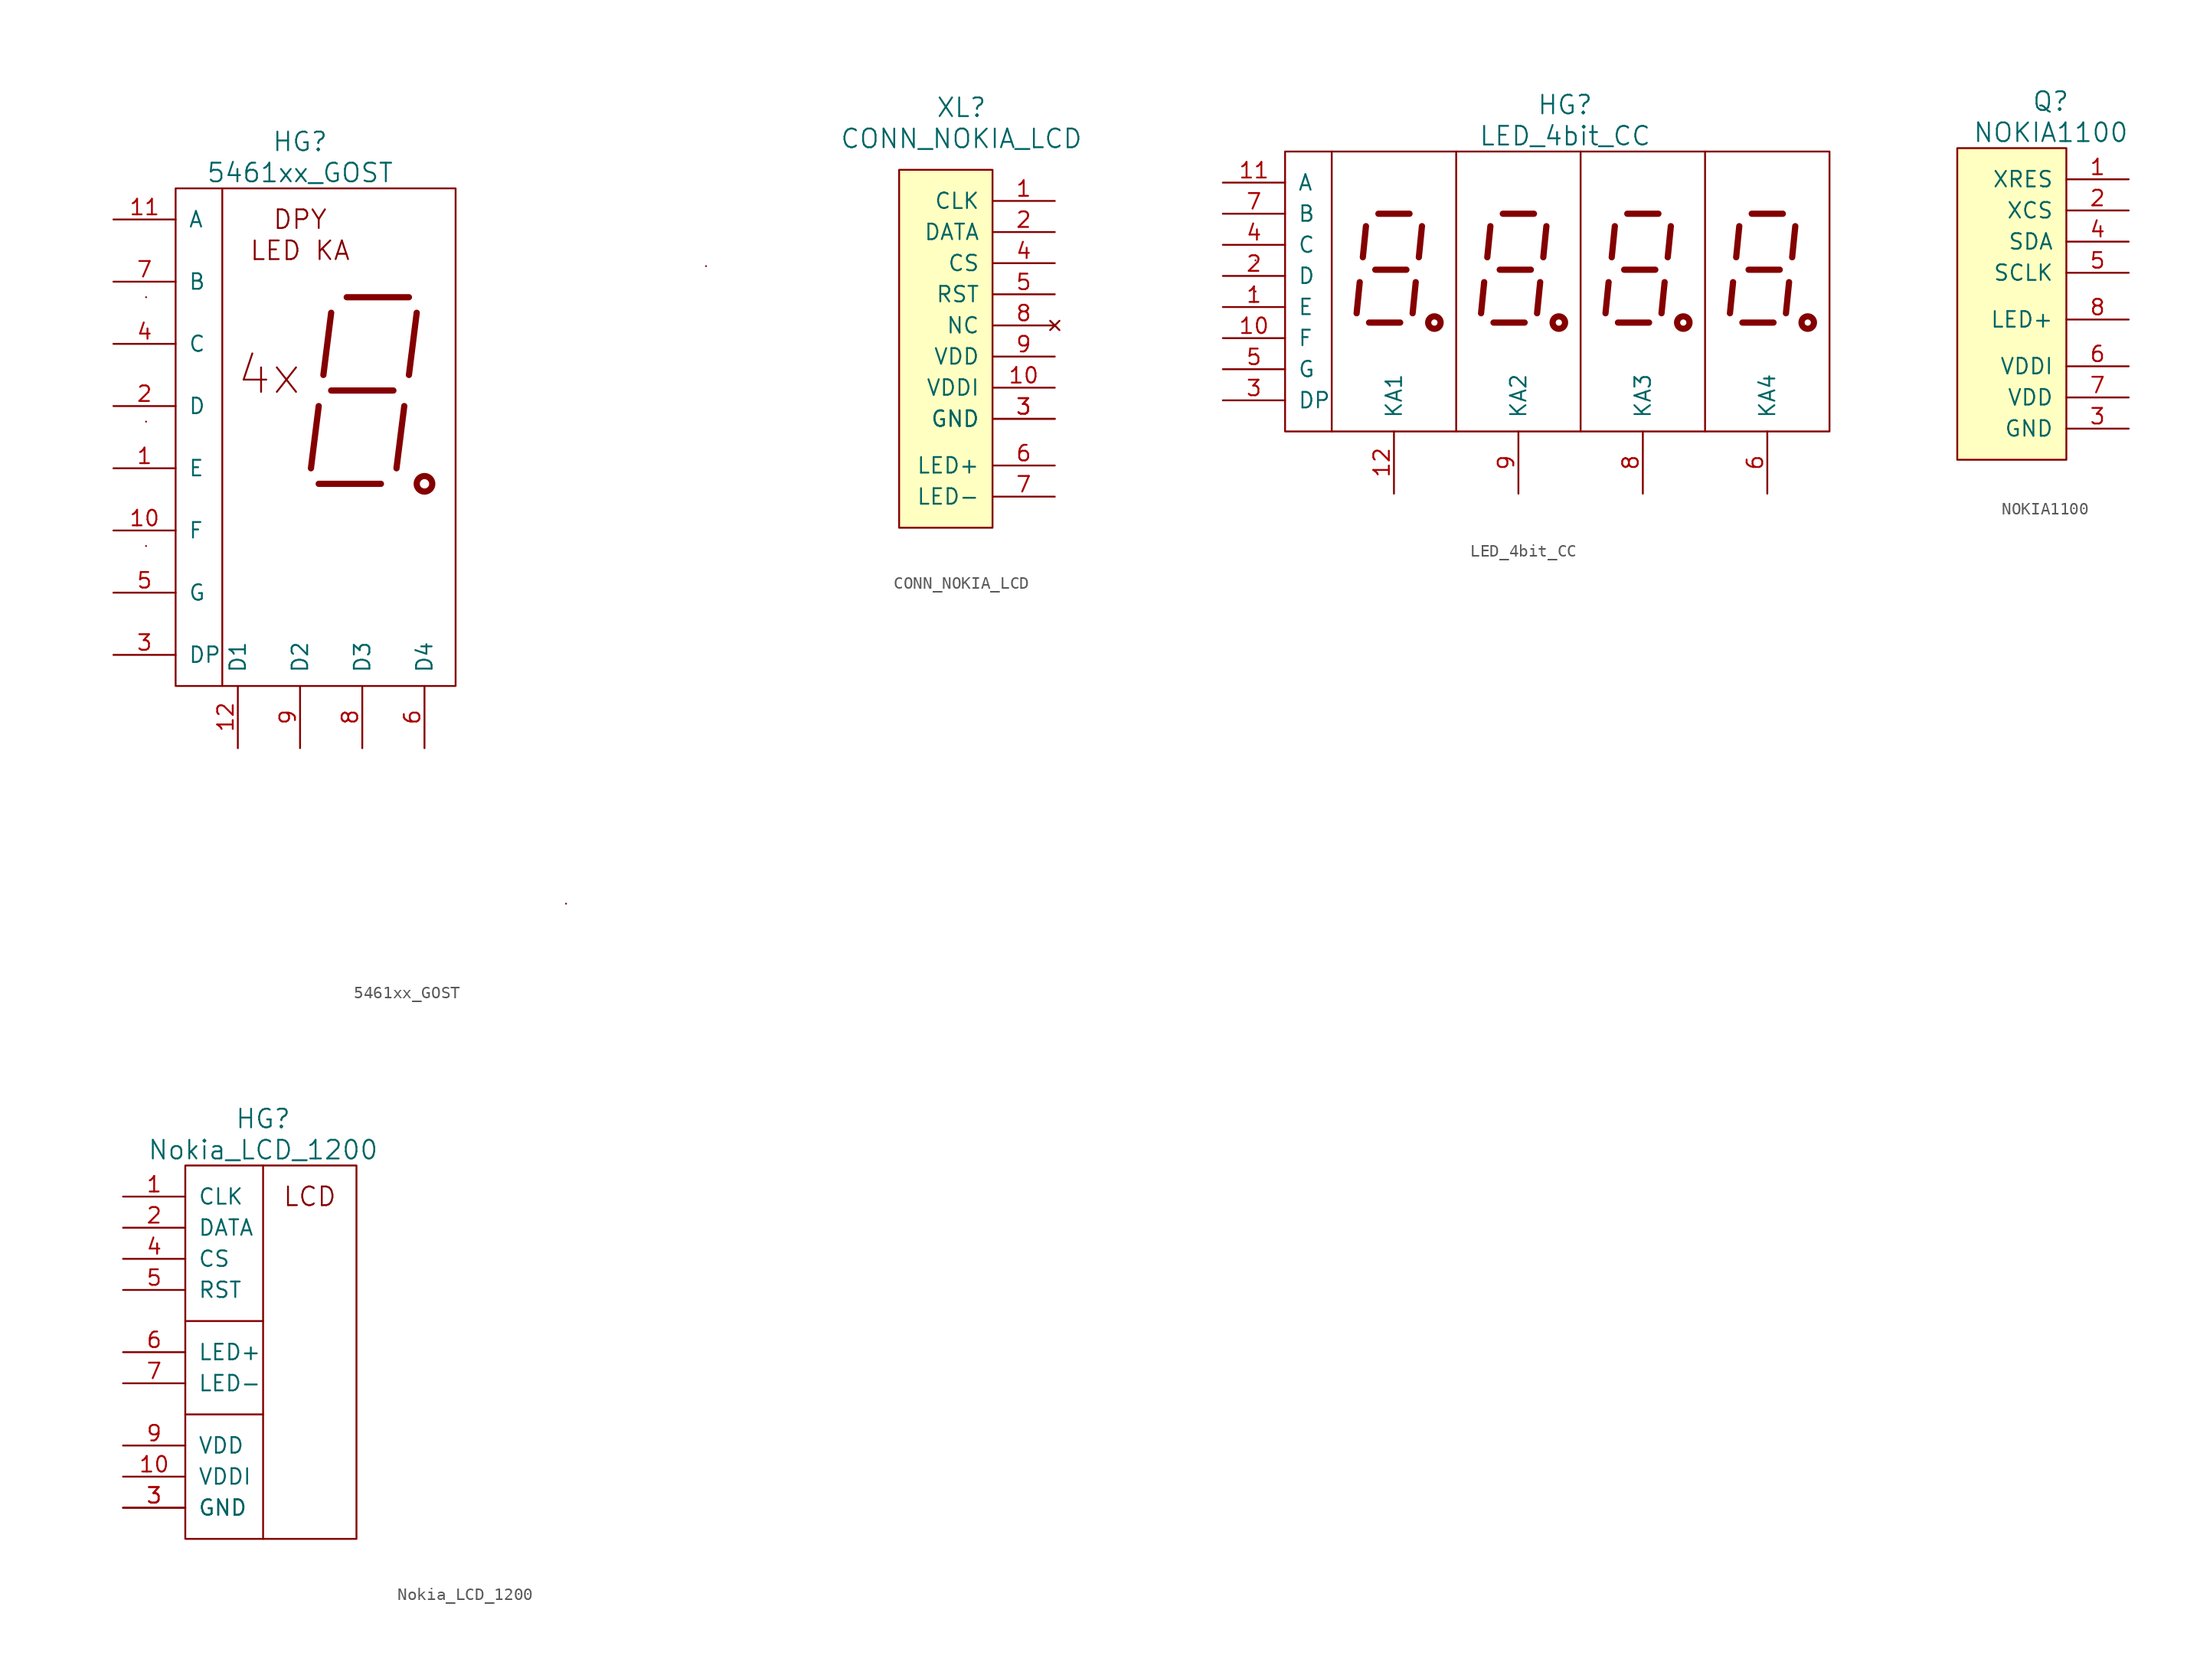
<source format=kicad_sym>
(kicad_symbol_lib
  (version 20220914)
  (generator kicad_symbol_editor)
  (symbol "5461xx_GOST"
    (pin_names
      (offset 1.016))
    (property "Reference" "HG"
      (at 0 24.13 0)
      (effects (font (size 1.524 1.524))))
    (property "Value" "5461xx_GOST"
      (at 0 21.59 0)
      (effects (font (size 1.524 1.524))))
    (property "Datasheet" ""
      (at -6.35 20.32 0)
      (effects (font (size 1.524 1.524))))
    (symbol "5461xx_GOST_0_0"
      (polyline (pts (xy -6.35 20.32) (xy -6.35 -20.32)) (stroke (width 0) (type solid)) (fill (type none)))
      (polyline (pts (xy 0.889 -2.54) (xy 1.524 2.54)) (stroke (width 0.508) (type solid)) (fill (type none)))
      (polyline (pts (xy 1.905 5.08) (xy 2.54 10.16)) (stroke (width 0.508) (type solid)) (fill (type none)))
      (polyline (pts (xy 3.81 11.43) (xy 8.89 11.43)) (stroke (width 0.508) (type solid)) (fill (type none)))
      (polyline (pts (xy 6.604 -3.81) (xy 1.524 -3.81)) (stroke (width 0.508) (type solid)) (fill (type none)))
      (polyline (pts (xy 7.62 3.81) (xy 2.54 3.81)) (stroke (width 0.508) (type solid)) (fill (type none)))
      (polyline (pts (xy 8.509 2.54) (xy 7.874 -2.54)) (stroke (width 0.508) (type solid)) (fill (type none)))
      (polyline (pts (xy 9.525 10.16) (xy 8.89 5.08)) (stroke (width 0.508) (type solid)) (fill (type none)))
      (circle (center 10.16 -3.81) (radius 0.635) (stroke (width 0.508) (type solid)) (fill (type none)))
      (text "4x" (at -2.54 5.08 0) (effects (font (size 2.997 2.997))))
      (text "DPY" (at 0 17.78 0) (effects (font (size 1.524 1.524))))
      (text "LED KA" (at 0 15.24 0) (effects (font (size 1.524 1.524)))))
    (symbol "5461xx_GOST_0_1"
      (rectangle (start -10.16 20.32) (end 12.7 -20.32) (stroke (width 0) (type solid)) (fill (type none)))
      (polyline (pts (xy -12.573 -8.89) (xy -12.573 -8.89)) (stroke (width 0) (type solid)) (fill (type none)))
      (polyline (pts (xy -12.573 1.27) (xy -12.573 1.27)) (stroke (width 0) (type solid)) (fill (type none)))
      (polyline (pts (xy -12.573 11.43) (xy -12.573 11.43)) (stroke (width 0) (type solid)) (fill (type none)))
      (polyline (pts (xy 21.717 -38.1) (xy 21.717 -38.1)) (stroke (width 0) (type solid)) (fill (type none)))
      (polyline (pts (xy 33.147 13.97) (xy 33.147 13.97)) (stroke (width 0) (type solid)) (fill (type none))))
    (symbol "5461xx_GOST_1_1"
      (pin passive line (at -15.24 -2.54 0) (length 5.08) (name "E" (effects (font (size 1.27 1.27)))) (number "1" (effects (font (size 1.27 1.27)))))
      (pin passive line (at -15.24 -7.62 0) (length 5.08) (name "F" (effects (font (size 1.27 1.27)))) (number "10" (effects (font (size 1.27 1.27)))))
      (pin passive line (at -15.24 17.78 0) (length 5.08) (name "A" (effects (font (size 1.27 1.27)))) (number "11" (effects (font (size 1.27 1.27)))))
      (pin passive line (at -5.08 -25.4 90) (length 5.08) (name "D1" (effects (font (size 1.27 1.27)))) (number "12" (effects (font (size 1.27 1.27)))))
      (pin passive line (at -15.24 2.54 0) (length 5.08) (name "D" (effects (font (size 1.27 1.27)))) (number "2" (effects (font (size 1.27 1.27)))))
      (pin passive line (at -15.24 -17.78 0) (length 5.08) (name "DP" (effects (font (size 1.27 1.27)))) (number "3" (effects (font (size 1.27 1.27)))))
      (pin passive line (at -15.24 7.62 0) (length 5.08) (name "C" (effects (font (size 1.27 1.27)))) (number "4" (effects (font (size 1.27 1.27)))))
      (pin passive line (at -15.24 -12.7 0) (length 5.08) (name "G" (effects (font (size 1.27 1.27)))) (number "5" (effects (font (size 1.27 1.27)))))
      (pin passive line (at 10.16 -25.4 90) (length 5.08) (name "D4" (effects (font (size 1.27 1.27)))) (number "6" (effects (font (size 1.27 1.27)))))
      (pin passive line (at -15.24 12.7 0) (length 5.08) (name "B" (effects (font (size 1.27 1.27)))) (number "7" (effects (font (size 1.27 1.27)))))
      (pin passive line (at 5.08 -25.4 90) (length 5.08) (name "D3" (effects (font (size 1.27 1.27)))) (number "8" (effects (font (size 1.27 1.27)))))
      (pin passive line (at 0 -25.4 90) (length 5.08) (name "D2" (effects (font (size 1.27 1.27)))) (number "9" (effects (font (size 1.27 1.27)))))))
  (symbol "CONN_NOKIA_LCD"
    (pin_names
      (offset 1.016))
    (property "Reference" "XL"
      (at 0 16.51 0)
      (effects (font (size 1.524 1.524))))
    (property "Value" "CONN_NOKIA_LCD"
      (at 0 13.97 0)
      (effects (font (size 1.524 1.524))))
    (property "Datasheet" ""
      (at 0 0 0)
      (effects (font (size 1.524 1.524))))
    (symbol "CONN_NOKIA_LCD_0_1"
      (rectangle (start 2.54 11.43) (end -5.08 -17.78) (stroke (width 0) (type solid)) (fill (type background))))
    (symbol "CONN_NOKIA_LCD_1_1"
      (pin passive line (at 7.62 8.89 180) (length 5.08) (name "CLK" (effects (font (size 1.27 1.27)))) (number "1" (effects (font (size 1.27 1.27)))))
      (pin power_in line (at 7.62 -6.35 180) (length 5.08) (name "VDDI" (effects (font (size 1.27 1.27)))) (number "10" (effects (font (size 1.27 1.27)))))
      (pin passive line (at 7.62 6.35 180) (length 5.08) (name "DATA" (effects (font (size 1.27 1.27)))) (number "2" (effects (font (size 1.27 1.27)))))
      (pin power_in line (at 7.62 -8.89 180) (length 5.08) (name "GND" (effects (font (size 1.27 1.27)))) (number "3" (effects (font (size 1.27 1.27)))))
      (pin power_in line (at 7.62 -8.89 180) (length 5.08) (name "GND" (effects (font (size 1.27 1.27)))) (number "3" (effects (font (size 1.27 1.27)))))
      (pin passive line (at 7.62 3.81 180) (length 5.08) (name "CS" (effects (font (size 1.27 1.27)))) (number "4" (effects (font (size 1.27 1.27)))))
      (pin passive line (at 7.62 1.27 180) (length 5.08) (name "RST" (effects (font (size 1.27 1.27)))) (number "5" (effects (font (size 1.27 1.27)))))
      (pin passive line (at 7.62 -12.7 180) (length 5.08) (name "LED+" (effects (font (size 1.27 1.27)))) (number "6" (effects (font (size 1.27 1.27)))))
      (pin passive line (at 7.62 -15.24 180) (length 5.08) (name "LED-" (effects (font (size 1.27 1.27)))) (number "7" (effects (font (size 1.27 1.27)))))
      (pin no_connect line (at 7.62 -1.27 180) (length 5.08) (name "NC" (effects (font (size 1.27 1.27)))) (number "8" (effects (font (size 1.27 1.27)))))
      (pin power_in line (at 7.62 -3.81 180) (length 5.08) (name "VDD" (effects (font (size 1.27 1.27)))) (number "9" (effects (font (size 1.27 1.27)))))))
  (symbol "LED_4bit_CC"
    (pin_names
      (offset 1.016))
    (property "Reference" "HG"
      (at 13.97 15.24 0)
      (effects (font (size 1.524 1.524))))
    (property "Value" "LED_4bit_CC"
      (at 13.97 12.7 0)
      (effects (font (size 1.524 1.524))))
    (property "Datasheet" ""
      (at -5.08 11.43 0)
      (effects (font (size 1.524 1.524))))
    (symbol "LED_4bit_CC_0_0"
      (polyline (pts (xy -5.08 11.43) (xy -5.08 -11.43)) (stroke (width 0) (type solid)) (fill (type none)))
      (polyline (pts (xy -2.794 0.762) (xy -3.048 -1.778)) (stroke (width 0.508) (type solid)) (fill (type none)))
      (polyline (pts (xy -2.286 5.334) (xy -2.54 2.794)) (stroke (width 0.508) (type solid)) (fill (type none)))
      (polyline (pts (xy -2.032 -2.54) (xy 0.508 -2.54)) (stroke (width 0.508) (type solid)) (fill (type none)))
      (polyline (pts (xy -1.524 1.778) (xy 1.016 1.778)) (stroke (width 0.508) (type solid)) (fill (type none)))
      (polyline (pts (xy -1.27 6.35) (xy 1.27 6.35)) (stroke (width 0.508) (type solid)) (fill (type none)))
      (polyline (pts (xy 1.778 0.762) (xy 1.524 -1.778)) (stroke (width 0.508) (type solid)) (fill (type none)))
      (polyline (pts (xy 2.286 5.334) (xy 2.032 2.794)) (stroke (width 0.508) (type solid)) (fill (type none)))
      (polyline (pts (xy 5.08 -11.43) (xy 5.08 11.43)) (stroke (width 0) (type solid)) (fill (type none)))
      (polyline (pts (xy 7.366 0.762) (xy 7.112 -1.778)) (stroke (width 0.508) (type solid)) (fill (type none)))
      (polyline (pts (xy 7.874 5.334) (xy 7.62 2.794)) (stroke (width 0.508) (type solid)) (fill (type none)))
      (polyline (pts (xy 8.128 -2.54) (xy 10.668 -2.54)) (stroke (width 0.508) (type solid)) (fill (type none)))
      (polyline (pts (xy 8.636 1.778) (xy 11.176 1.778)) (stroke (width 0.508) (type solid)) (fill (type none)))
      (polyline (pts (xy 8.89 6.35) (xy 11.43 6.35)) (stroke (width 0.508) (type solid)) (fill (type none)))
      (polyline (pts (xy 11.938 0.762) (xy 11.684 -1.778)) (stroke (width 0.508) (type solid)) (fill (type none)))
      (polyline (pts (xy 12.446 5.334) (xy 12.192 2.794)) (stroke (width 0.508) (type solid)) (fill (type none)))
      (polyline (pts (xy 15.24 -11.43) (xy 15.24 11.43)) (stroke (width 0) (type solid)) (fill (type none)))
      (polyline (pts (xy 17.526 0.762) (xy 17.272 -1.778)) (stroke (width 0.508) (type solid)) (fill (type none)))
      (polyline (pts (xy 18.034 5.334) (xy 17.78 2.794)) (stroke (width 0.508) (type solid)) (fill (type none)))
      (polyline (pts (xy 18.288 -2.54) (xy 20.828 -2.54)) (stroke (width 0.508) (type solid)) (fill (type none)))
      (polyline (pts (xy 18.796 1.778) (xy 21.336 1.778)) (stroke (width 0.508) (type solid)) (fill (type none)))
      (polyline (pts (xy 19.05 6.35) (xy 21.59 6.35)) (stroke (width 0.508) (type solid)) (fill (type none)))
      (polyline (pts (xy 22.098 0.762) (xy 21.844 -1.778)) (stroke (width 0.508) (type solid)) (fill (type none)))
      (polyline (pts (xy 22.606 5.334) (xy 22.352 2.794)) (stroke (width 0.508) (type solid)) (fill (type none)))
      (polyline (pts (xy 25.4 -11.43) (xy 25.4 11.43)) (stroke (width 0) (type solid)) (fill (type none)))
      (polyline (pts (xy 27.686 0.762) (xy 27.432 -1.778)) (stroke (width 0.508) (type solid)) (fill (type none)))
      (polyline (pts (xy 28.194 5.334) (xy 27.94 2.794)) (stroke (width 0.508) (type solid)) (fill (type none)))
      (polyline (pts (xy 28.448 -2.54) (xy 30.988 -2.54)) (stroke (width 0.508) (type solid)) (fill (type none)))
      (polyline (pts (xy 28.956 1.778) (xy 31.496 1.778)) (stroke (width 0.508) (type solid)) (fill (type none)))
      (polyline (pts (xy 29.21 6.35) (xy 31.75 6.35)) (stroke (width 0.508) (type solid)) (fill (type none)))
      (polyline (pts (xy 32.258 0.762) (xy 32.004 -1.778)) (stroke (width 0.508) (type solid)) (fill (type none)))
      (polyline (pts (xy 32.766 5.334) (xy 32.512 2.794)) (stroke (width 0.508) (type solid)) (fill (type none)))
      (circle (center 3.302 -2.54) (radius 0.508) (stroke (width 0.508) (type solid)) (fill (type none)))
      (circle (center 13.462 -2.54) (radius 0.508) (stroke (width 0.508) (type solid)) (fill (type none)))
      (circle (center 23.622 -2.54) (radius 0.508) (stroke (width 0.508) (type solid)) (fill (type none)))
      (circle (center 33.782 -2.54) (radius 0.508) (stroke (width 0.508) (type solid)) (fill (type none))))
    (symbol "LED_4bit_CC_0_1"
      (rectangle (start -8.89 11.43) (end 35.56 -11.43) (stroke (width 0) (type solid)) (fill (type none)))
      (polyline (pts (xy -11.303 -5.08) (xy -11.303 -5.08)) (stroke (width 0) (type solid)) (fill (type none)))
      (polyline (pts (xy -11.303 0) (xy -11.303 0)) (stroke (width 0) (type solid)) (fill (type none)))
      (polyline (pts (xy -11.303 2.54) (xy -11.303 2.54)) (stroke (width 0) (type solid)) (fill (type none))))
    (symbol "LED_4bit_CC_1_1"
      (pin passive line (at -13.97 -1.27 0) (length 5.08) (name "E" (effects (font (size 1.27 1.27)))) (number "1" (effects (font (size 1.27 1.27)))))
      (pin passive line (at -13.97 -3.81 0) (length 5.08) (name "F" (effects (font (size 1.27 1.27)))) (number "10" (effects (font (size 1.27 1.27)))))
      (pin passive line (at -13.97 8.89 0) (length 5.08) (name "A" (effects (font (size 1.27 1.27)))) (number "11" (effects (font (size 1.27 1.27)))))
      (pin passive line (at 0 -16.51 90) (length 5.08) (name "KA1" (effects (font (size 1.27 1.27)))) (number "12" (effects (font (size 1.27 1.27)))))
      (pin passive line (at -13.97 1.27 0) (length 5.08) (name "D" (effects (font (size 1.27 1.27)))) (number "2" (effects (font (size 1.27 1.27)))))
      (pin passive line (at -13.97 -8.89 0) (length 5.08) (name "DP" (effects (font (size 1.27 1.27)))) (number "3" (effects (font (size 1.27 1.27)))))
      (pin passive line (at -13.97 3.81 0) (length 5.08) (name "C" (effects (font (size 1.27 1.27)))) (number "4" (effects (font (size 1.27 1.27)))))
      (pin passive line (at -13.97 -6.35 0) (length 5.08) (name "G" (effects (font (size 1.27 1.27)))) (number "5" (effects (font (size 1.27 1.27)))))
      (pin passive line (at 30.48 -16.51 90) (length 5.08) (name "KA4" (effects (font (size 1.27 1.27)))) (number "6" (effects (font (size 1.27 1.27)))))
      (pin passive line (at -13.97 6.35 0) (length 5.08) (name "B" (effects (font (size 1.27 1.27)))) (number "7" (effects (font (size 1.27 1.27)))))
      (pin passive line (at 20.32 -16.51 90) (length 5.08) (name "KA3" (effects (font (size 1.27 1.27)))) (number "8" (effects (font (size 1.27 1.27)))))
      (pin passive line (at 10.16 -16.51 90) (length 5.08) (name "KA2" (effects (font (size 1.27 1.27)))) (number "9" (effects (font (size 1.27 1.27)))))))
  (symbol "NOKIA1100"
    (pin_names
      (offset 1.016))
    (property "Reference" "Q"
      (at 0 22.86 0)
      (effects (font (size 1.524 1.524))))
    (property "Value" "NOKIA1100"
      (at 0 20.32 0)
      (effects (font (size 1.524 1.524))))
    (property "Footprint" ""
      (at 0 0 0)
      (effects (font (size 1.524 1.524))))
    (property "Datasheet" ""
      (at 0 22.86 0)
      (effects (font (size 1.524 1.524))))
    (symbol "NOKIA1100_0_1"
      (rectangle (start 1.27 19.05) (end -7.62 -6.35) (stroke (width 0) (type solid)) (fill (type background))))
    (symbol "NOKIA1100_1_1"
      (pin passive line (at 6.35 16.51 180) (length 5.08) (name "XRES" (effects (font (size 1.27 1.27)))) (number "1" (effects (font (size 1.27 1.27)))))
      (pin passive line (at 6.35 13.97 180) (length 5.08) (name "XCS" (effects (font (size 1.27 1.27)))) (number "2" (effects (font (size 1.27 1.27)))))
      (pin power_in line (at 6.35 -3.81 180) (length 5.08) (name "GND" (effects (font (size 1.27 1.27)))) (number "3" (effects (font (size 1.27 1.27)))))
      (pin passive line (at 6.35 11.43 180) (length 5.08) (name "SDA" (effects (font (size 1.27 1.27)))) (number "4" (effects (font (size 1.27 1.27)))))
      (pin passive line (at 6.35 8.89 180) (length 5.08) (name "SCLK" (effects (font (size 1.27 1.27)))) (number "5" (effects (font (size 1.27 1.27)))))
      (pin power_in line (at 6.35 1.27 180) (length 5.08) (name "VDDI" (effects (font (size 1.27 1.27)))) (number "6" (effects (font (size 1.27 1.27)))))
      (pin power_in line (at 6.35 -1.27 180) (length 5.08) (name "VDD" (effects (font (size 1.27 1.27)))) (number "7" (effects (font (size 1.27 1.27)))))
      (pin passive line (at 6.35 5.08 180) (length 5.08) (name "LED+" (effects (font (size 1.27 1.27)))) (number "8" (effects (font (size 1.27 1.27)))))))
  (symbol "Nokia_LCD_1200"
    (pin_names
      (offset 1.016))
    (property "Reference" "HG"
      (at 0 19.05 0)
      (effects (font (size 1.524 1.524))))
    (property "Value" "Nokia_LCD_1200"
      (at 0 16.51 0)
      (effects (font (size 1.524 1.524))))
    (property "Datasheet" ""
      (at 44.45 13.97 0)
      (effects (font (size 1.524 1.524))))
    (symbol "Nokia_LCD_1200_0_0"
      (text "LCD" (at 3.81 12.7 0) (effects (font (size 1.524 1.524)))))
    (symbol "Nokia_LCD_1200_0_1"
      (polyline (pts (xy -6.35 -5.08) (xy 0 -5.08)) (stroke (width 0) (type solid)) (fill (type none)))
      (polyline (pts (xy -6.35 2.54) (xy 0 2.54)) (stroke (width 0) (type solid)) (fill (type none)))
      (polyline (pts (xy 0 15.24) (xy 0 -15.24)) (stroke (width 0) (type solid)) (fill (type none)))
      (rectangle (start 7.62 15.24) (end -6.35 -15.24) (stroke (width 0) (type solid)) (fill (type none))))
    (symbol "Nokia_LCD_1200_1_1"
      (pin passive line (at -11.43 12.7 0) (length 5.08) (name "CLK" (effects (font (size 1.27 1.27)))) (number "1" (effects (font (size 1.27 1.27)))))
      (pin power_in line (at -11.43 -10.16 0) (length 5.08) (name "VDDI" (effects (font (size 1.27 1.27)))) (number "10" (effects (font (size 1.27 1.27)))))
      (pin passive line (at -11.43 10.16 0) (length 5.08) (name "DATA" (effects (font (size 1.27 1.27)))) (number "2" (effects (font (size 1.27 1.27)))))
      (pin power_in line (at -11.43 -12.7 0) (length 5.08) (name "GND" (effects (font (size 1.27 1.27)))) (number "3" (effects (font (size 1.27 1.27)))))
      (pin power_in line (at -11.43 -12.7 0) (length 5.08) (name "GND" (effects (font (size 1.27 1.27)))) (number "3" (effects (font (size 1.27 1.27)))))
      (pin passive line (at -11.43 7.62 0) (length 5.08) (name "CS" (effects (font (size 1.27 1.27)))) (number "4" (effects (font (size 1.27 1.27)))))
      (pin passive line (at -11.43 5.08 0) (length 5.08) (name "RST" (effects (font (size 1.27 1.27)))) (number "5" (effects (font (size 1.27 1.27)))))
      (pin passive line (at -11.43 0 0) (length 5.08) (name "LED+" (effects (font (size 1.27 1.27)))) (number "6" (effects (font (size 1.27 1.27)))))
      (pin passive line (at -11.43 -2.54 0) (length 5.08) (name "LED-" (effects (font (size 1.27 1.27)))) (number "7" (effects (font (size 1.27 1.27)))))
      (pin no_connect line (at -11.43 -15.24 0) (length 5.08) hide (name "NC" (effects (font (size 1.27 1.27)))) (number "8" (effects (font (size 1.27 1.27)))))
      (pin power_in line (at -11.43 -7.62 0) (length 5.08) (name "VDD" (effects (font (size 1.27 1.27)))) (number "9" (effects (font (size 1.27 1.27))))))))
</source>
